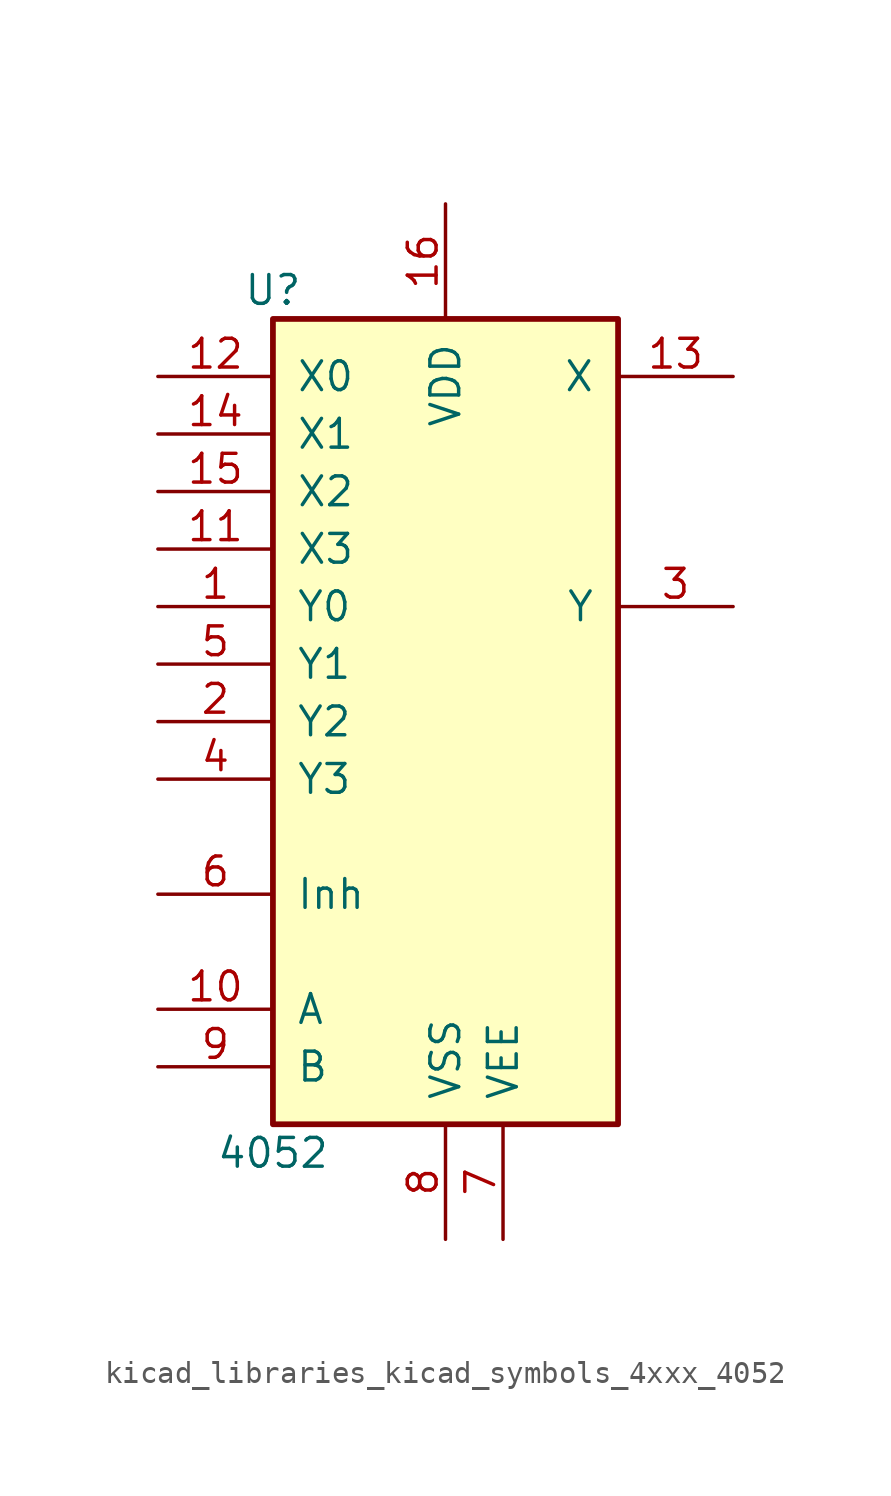
<source format=kicad_sym>
(kicad_symbol_lib
  (version 20220914)
  (generator kicad_symbol_editor)
  (symbol "kicad_libraries_kicad_symbols_4xxx_4052"
    (pin_names
      (offset 1.016))
    (property "Reference" "U"
      (at -7.62 19.05 0)
      (effects (font (size 1.27 1.27))))
    (property "Value" "4052"
      (at -7.62 -19.05 0)
      (effects (font (size 1.27 1.27))))
    (property "ki_locked" ""
      (at 0 0 0)
      (effects (font (size 1.27 1.27))))
    (symbol "kicad_libraries_kicad_symbols_4xxx_4052_1_0"
      (pin passive line (at -12.7 5.08 0) (length 5.08) (name "Y0" (effects (font (size 1.27 1.27)))) (number "1" (effects (font (size 1.27 1.27)))))
      (pin input line (at -12.7 -12.7 0) (length 5.08) (name "A" (effects (font (size 1.27 1.27)))) (number "10" (effects (font (size 1.27 1.27)))))
      (pin passive line (at -12.7 7.62 0) (length 5.08) (name "X3" (effects (font (size 1.27 1.27)))) (number "11" (effects (font (size 1.27 1.27)))))
      (pin passive line (at -12.7 15.24 0) (length 5.08) (name "X0" (effects (font (size 1.27 1.27)))) (number "12" (effects (font (size 1.27 1.27)))))
      (pin passive line (at 12.7 15.24 180) (length 5.08) (name "X" (effects (font (size 1.27 1.27)))) (number "13" (effects (font (size 1.27 1.27)))))
      (pin passive line (at -12.7 12.7 0) (length 5.08) (name "X1" (effects (font (size 1.27 1.27)))) (number "14" (effects (font (size 1.27 1.27)))))
      (pin passive line (at -12.7 10.16 0) (length 5.08) (name "X2" (effects (font (size 1.27 1.27)))) (number "15" (effects (font (size 1.27 1.27)))))
      (pin power_in line (at 0 22.86 270) (length 5.08) (name "VDD" (effects (font (size 1.27 1.27)))) (number "16" (effects (font (size 1.27 1.27)))))
      (pin passive line (at -12.7 0 0) (length 5.08) (name "Y2" (effects (font (size 1.27 1.27)))) (number "2" (effects (font (size 1.27 1.27)))))
      (pin passive line (at 12.7 5.08 180) (length 5.08) (name "Y" (effects (font (size 1.27 1.27)))) (number "3" (effects (font (size 1.27 1.27)))))
      (pin passive line (at -12.7 -2.54 0) (length 5.08) (name "Y3" (effects (font (size 1.27 1.27)))) (number "4" (effects (font (size 1.27 1.27)))))
      (pin passive line (at -12.7 2.54 0) (length 5.08) (name "Y1" (effects (font (size 1.27 1.27)))) (number "5" (effects (font (size 1.27 1.27)))))
      (pin input line (at -12.7 -7.62 0) (length 5.08) (name "Inh" (effects (font (size 1.27 1.27)))) (number "6" (effects (font (size 1.27 1.27)))))
      (pin power_in line (at 2.54 -22.86 90) (length 5.08) (name "VEE" (effects (font (size 1.27 1.27)))) (number "7" (effects (font (size 1.27 1.27)))))
      (pin power_in line (at 0 -22.86 90) (length 5.08) (name "VSS" (effects (font (size 1.27 1.27)))) (number "8" (effects (font (size 1.27 1.27)))))
      (pin input line (at -12.7 -15.24 0) (length 5.08) (name "B" (effects (font (size 1.27 1.27)))) (number "9" (effects (font (size 1.27 1.27))))))
    (symbol "kicad_libraries_kicad_symbols_4xxx_4052_1_1"
      (rectangle (start -7.62 17.78) (end 7.62 -17.78) (stroke (width 0.254) (type default)) (fill (type background))))))
</source>
